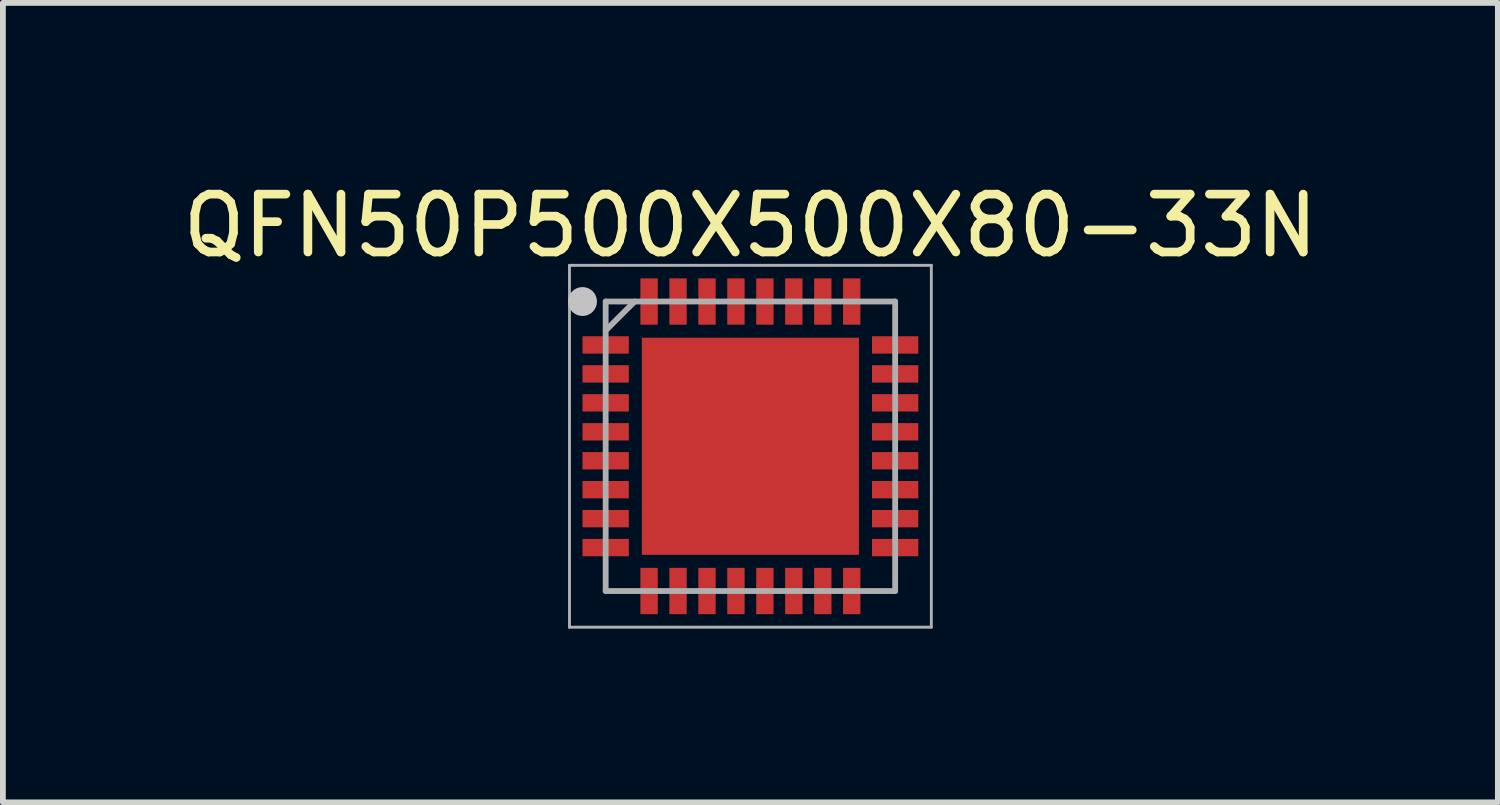
<source format=kicad_pcb>
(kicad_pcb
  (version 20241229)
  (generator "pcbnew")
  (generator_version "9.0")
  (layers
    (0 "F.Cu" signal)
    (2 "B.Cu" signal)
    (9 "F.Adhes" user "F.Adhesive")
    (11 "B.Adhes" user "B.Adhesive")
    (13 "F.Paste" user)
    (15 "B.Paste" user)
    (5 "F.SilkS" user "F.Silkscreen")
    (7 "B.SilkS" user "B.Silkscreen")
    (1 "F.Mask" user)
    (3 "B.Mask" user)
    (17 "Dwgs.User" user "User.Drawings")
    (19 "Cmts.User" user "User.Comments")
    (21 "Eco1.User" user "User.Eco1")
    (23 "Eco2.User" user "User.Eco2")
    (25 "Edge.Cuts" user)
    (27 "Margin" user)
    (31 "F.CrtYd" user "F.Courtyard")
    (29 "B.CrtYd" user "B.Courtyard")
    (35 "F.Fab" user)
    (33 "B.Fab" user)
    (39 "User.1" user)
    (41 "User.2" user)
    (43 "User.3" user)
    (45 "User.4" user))
  (footprint "QFN50P500X500X80-33N"
    (layer "F.Cu")
    (at 9.911 4.658)
    (property "Reference" "QFN50P500X500X80-33N" (at 0 -3.81 0) (layer "F.SilkS") (effects (font (size 1 1) (thickness 0.15))))
    (attr smd)
    (fp_circle (center -2.9 -2.5) (end -2.775 -2.5) (stroke (width 0.25) (type solid)) (fill no) (layer "Dwgs.User"))
    (fp_line (start -3.125 -3.125) (end 3.125 -3.125) (stroke (width 0.05) (type solid)) (layer "F.Fab"))
    (fp_line (start -3.125 3.125) (end -3.125 -3.125) (stroke (width 0.05) (type solid)) (layer "F.Fab"))
    (fp_line (start -2.5 -2.5) (end 2.5 -2.5) (stroke (width 0.1) (type solid)) (layer "F.Fab"))
    (fp_line (start -2.5 -2) (end -2 -2.5) (stroke (width 0.1) (type solid)) (layer "F.Fab"))
    (fp_line (start -2.5 2.5) (end -2.5 -2.5) (stroke (width 0.1) (type solid)) (layer "F.Fab"))
    (fp_line (start 2.5 -2.5) (end 2.5 2.5) (stroke (width 0.1) (type solid)) (layer "F.Fab"))
    (fp_line (start 2.5 2.5) (end -2.5 2.5) (stroke (width 0.1) (type solid)) (layer "F.Fab"))
    (fp_line (start 3.125 -3.125) (end 3.125 3.125) (stroke (width 0.05) (type solid)) (layer "F.Fab"))
    (fp_line (start 3.125 3.125) (end -3.125 3.125) (stroke (width 0.05) (type solid)) (layer "F.Fab"))
    (pad "1" smd rect (at -2.5 -1.75) (size 0.8 0.3) (layers "F.Cu" "F.Mask" "F.Paste"))
    (pad "2" smd rect (at -2.5 -1.25) (size 0.8 0.3) (layers "F.Cu" "F.Mask" "F.Paste"))
    (pad "3" smd rect (at -2.5 -0.75) (size 0.8 0.3) (layers "F.Cu" "F.Mask" "F.Paste"))
    (pad "4" smd rect (at -2.5 -0.25) (size 0.8 0.3) (layers "F.Cu" "F.Mask" "F.Paste"))
    (pad "5" smd rect (at -2.5 0.25) (size 0.8 0.3) (layers "F.Cu" "F.Mask" "F.Paste"))
    (pad "6" smd rect (at -2.5 0.75) (size 0.8 0.3) (layers "F.Cu" "F.Mask" "F.Paste"))
    (pad "7" smd rect (at -2.5 1.25) (size 0.8 0.3) (layers "F.Cu" "F.Mask" "F.Paste"))
    (pad "8" smd rect (at -2.5 1.75) (size 0.8 0.3) (layers "F.Cu" "F.Mask" "F.Paste"))
    (pad "9" smd rect (at -1.75 2.5 90) (size 0.8 0.3) (layers "F.Cu" "F.Mask" "F.Paste"))
    (pad "10" smd rect (at -1.25 2.5 90) (size 0.8 0.3) (layers "F.Cu" "F.Mask" "F.Paste"))
    (pad "11" smd rect (at -0.75 2.5 90) (size 0.8 0.3) (layers "F.Cu" "F.Mask" "F.Paste"))
    (pad "12" smd rect (at -0.25 2.5 90) (size 0.8 0.3) (layers "F.Cu" "F.Mask" "F.Paste"))
    (pad "13" smd rect (at 0.25 2.5 90) (size 0.8 0.3) (layers "F.Cu" "F.Mask" "F.Paste"))
    (pad "14" smd rect (at 0.75 2.5 90) (size 0.8 0.3) (layers "F.Cu" "F.Mask" "F.Paste"))
    (pad "15" smd rect (at 1.25 2.5 90) (size 0.8 0.3) (layers "F.Cu" "F.Mask" "F.Paste"))
    (pad "16" smd rect (at 1.75 2.5 90) (size 0.8 0.3) (layers "F.Cu" "F.Mask" "F.Paste"))
    (pad "17" smd rect (at 2.5 1.75) (size 0.8 0.3) (layers "F.Cu" "F.Mask" "F.Paste"))
    (pad "18" smd rect (at 2.5 1.25) (size 0.8 0.3) (layers "F.Cu" "F.Mask" "F.Paste"))
    (pad "19" smd rect (at 2.5 0.75) (size 0.8 0.3) (layers "F.Cu" "F.Mask" "F.Paste"))
    (pad "20" smd rect (at 2.5 0.25) (size 0.8 0.3) (layers "F.Cu" "F.Mask" "F.Paste"))
    (pad "21" smd rect (at 2.5 -0.25) (size 0.8 0.3) (layers "F.Cu" "F.Mask" "F.Paste"))
    (pad "22" smd rect (at 2.5 -0.75) (size 0.8 0.3) (layers "F.Cu" "F.Mask" "F.Paste"))
    (pad "23" smd rect (at 2.5 -1.25) (size 0.8 0.3) (layers "F.Cu" "F.Mask" "F.Paste"))
    (pad "24" smd rect (at 2.5 -1.75) (size 0.8 0.3) (layers "F.Cu" "F.Mask" "F.Paste"))
    (pad "25" smd rect (at 1.75 -2.5 90) (size 0.8 0.3) (layers "F.Cu" "F.Mask" "F.Paste"))
    (pad "26" smd rect (at 1.25 -2.5 90) (size 0.8 0.3) (layers "F.Cu" "F.Mask" "F.Paste"))
    (pad "27" smd rect (at 0.75 -2.5 90) (size 0.8 0.3) (layers "F.Cu" "F.Mask" "F.Paste"))
    (pad "28" smd rect (at 0.25 -2.5 90) (size 0.8 0.3) (layers "F.Cu" "F.Mask" "F.Paste"))
    (pad "29" smd rect (at -0.25 -2.5 90) (size 0.8 0.3) (layers "F.Cu" "F.Mask" "F.Paste"))
    (pad "30" smd rect (at -0.75 -2.5 90) (size 0.8 0.3) (layers "F.Cu" "F.Mask" "F.Paste"))
    (pad "31" smd rect (at -1.25 -2.5 90) (size 0.8 0.3) (layers "F.Cu" "F.Mask" "F.Paste"))
    (pad "32" smd rect (at -1.75 -2.5 90) (size 0.8 0.3) (layers "F.Cu" "F.Mask" "F.Paste"))
    (pad "33" smd rect (at 0 0 90) (size 3.75 3.75) (layers "F.Cu" "F.Mask" "F.Paste")))
  (gr_rect
    (start -3 -3)
    (end 22.821 10.808)
    (stroke (width 0.1) (type default))
    (fill no)
    (layer "Edge.Cuts")))
</source>
